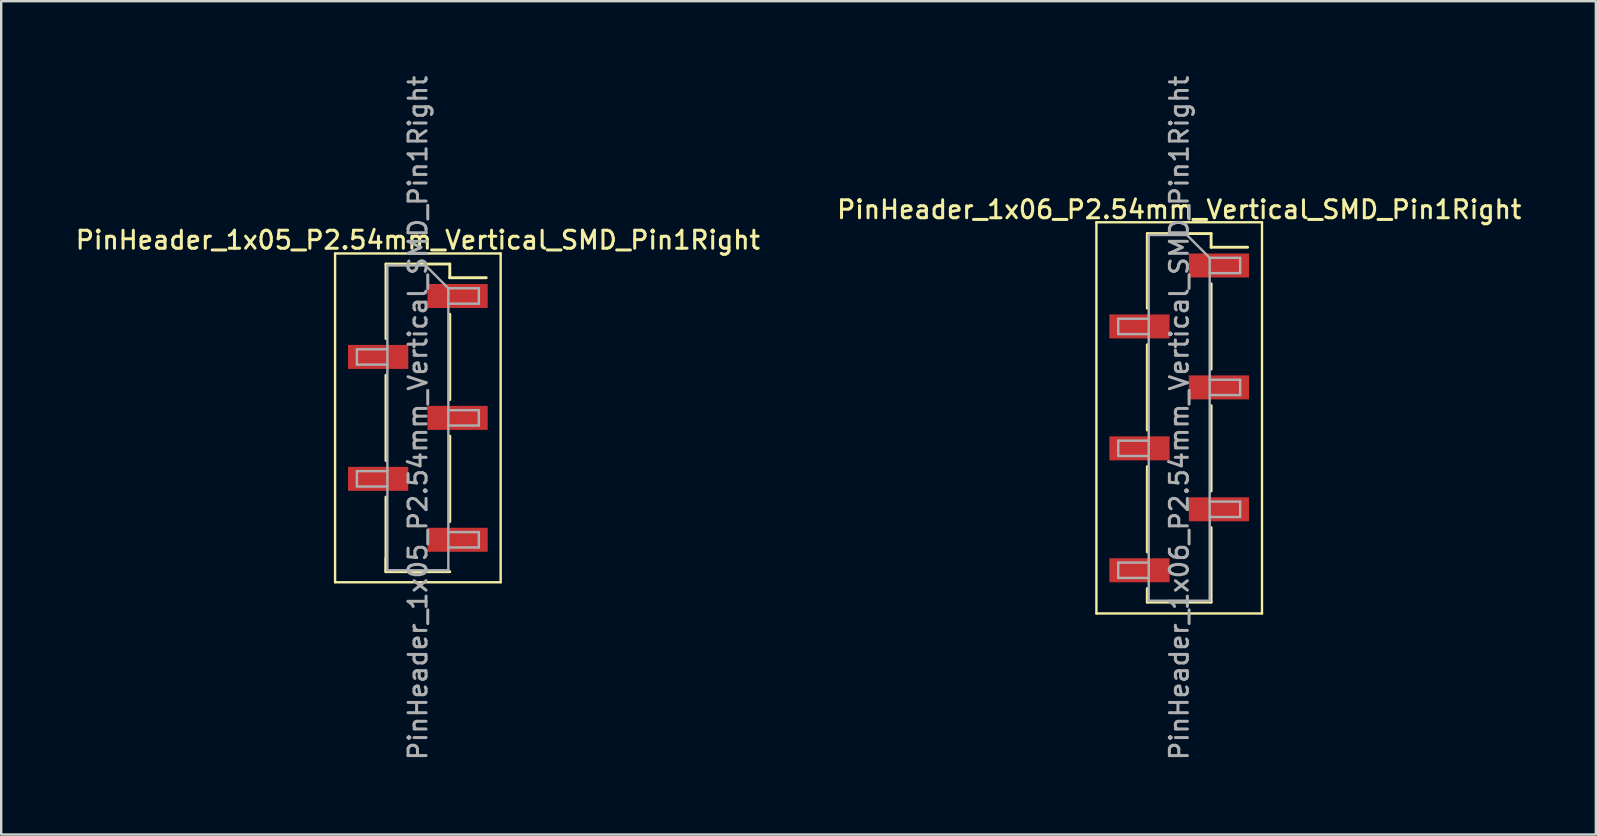
<source format=kicad_pcb>
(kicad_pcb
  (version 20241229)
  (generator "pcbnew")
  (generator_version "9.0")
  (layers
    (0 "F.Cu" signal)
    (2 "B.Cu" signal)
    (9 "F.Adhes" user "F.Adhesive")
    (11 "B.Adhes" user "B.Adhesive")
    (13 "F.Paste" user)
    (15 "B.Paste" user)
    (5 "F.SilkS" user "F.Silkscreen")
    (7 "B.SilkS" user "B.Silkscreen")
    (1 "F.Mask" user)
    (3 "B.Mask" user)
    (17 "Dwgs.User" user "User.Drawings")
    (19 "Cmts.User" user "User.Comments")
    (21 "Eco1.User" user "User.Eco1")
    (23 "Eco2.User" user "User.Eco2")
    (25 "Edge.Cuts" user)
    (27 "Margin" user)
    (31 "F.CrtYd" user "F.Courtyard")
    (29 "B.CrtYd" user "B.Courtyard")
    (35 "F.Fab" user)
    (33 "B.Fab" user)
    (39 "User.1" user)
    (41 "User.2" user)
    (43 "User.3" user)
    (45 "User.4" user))
  (footprint "PinHeader_1x05_P2.54mm_Vertical_SMD_Pin1Right"
    (layer "F.Cu")
    (at 14.363 14.363)
    (property "Reference" "PinHeader_1x05_P2.54mm_Vertical_SMD_Pin1Right" (at 0 -7.41 0) (layer "F.SilkS") (effects (font (size 0.75 0.75) (thickness 0.125))))
    (attr smd)
    (fp_line (start -3.45 -6.85) (end -3.45 6.85) (stroke (width 0.1) (type solid)) (layer "F.SilkS"))
    (fp_line (start -3.45 6.85) (end 3.45 6.85) (stroke (width 0.1) (type solid)) (layer "F.SilkS"))
    (fp_line (start -1.33 -6.41) (end -1.33 -3.3) (stroke (width 0.12) (type solid)) (layer "F.SilkS"))
    (fp_line (start -1.33 -6.41) (end 1.33 -6.41) (stroke (width 0.12) (type solid)) (layer "F.SilkS"))
    (fp_line (start -1.33 -1.78) (end -1.33 1.78) (stroke (width 0.12) (type solid)) (layer "F.SilkS"))
    (fp_line (start -1.33 3.3) (end -1.33 6.41) (stroke (width 0.12) (type solid)) (layer "F.SilkS"))
    (fp_line (start -1.33 5.84) (end -1.33 6.41) (stroke (width 0.12) (type solid)) (layer "F.SilkS"))
    (fp_line (start -1.33 6.41) (end 1.33 6.41) (stroke (width 0.12) (type solid)) (layer "F.SilkS"))
    (fp_line (start 1.33 -6.41) (end 1.33 -5.84) (stroke (width 0.12) (type solid)) (layer "F.SilkS"))
    (fp_line (start 1.33 -5.84) (end 2.85 -5.84) (stroke (width 0.12) (type solid)) (layer "F.SilkS"))
    (fp_line (start 1.33 -4.32) (end 1.33 -0.76) (stroke (width 0.12) (type solid)) (layer "F.SilkS"))
    (fp_line (start 1.33 0.76) (end 1.33 4.32) (stroke (width 0.12) (type solid)) (layer "F.SilkS"))
    (fp_line (start 3.45 -6.85) (end -3.45 -6.85) (stroke (width 0.1) (type solid)) (layer "F.SilkS"))
    (fp_line (start 3.45 6.85) (end 3.45 -6.85) (stroke (width 0.1) (type solid)) (layer "F.SilkS"))
    (fp_line (start -2.54 -2.86) (end -2.54 -2.22) (stroke (width 0.1) (type solid)) (layer "F.Fab"))
    (fp_line (start -2.54 -2.22) (end -1.27 -2.22) (stroke (width 0.1) (type solid)) (layer "F.Fab"))
    (fp_line (start -2.54 2.22) (end -2.54 2.86) (stroke (width 0.1) (type solid)) (layer "F.Fab"))
    (fp_line (start -2.54 2.86) (end -1.27 2.86) (stroke (width 0.1) (type solid)) (layer "F.Fab"))
    (fp_line (start -1.27 -6.35) (end -1.27 6.35) (stroke (width 0.1) (type solid)) (layer "F.Fab"))
    (fp_line (start -1.27 -6.35) (end 0.32 -6.35) (stroke (width 0.1) (type solid)) (layer "F.Fab"))
    (fp_line (start -1.27 -2.86) (end -2.54 -2.86) (stroke (width 0.1) (type solid)) (layer "F.Fab"))
    (fp_line (start -1.27 2.22) (end -2.54 2.22) (stroke (width 0.1) (type solid)) (layer "F.Fab"))
    (fp_line (start 1.27 -5.4) (end 0.32 -6.35) (stroke (width 0.1) (type solid)) (layer "F.Fab"))
    (fp_line (start 1.27 -5.4) (end 2.54 -5.4) (stroke (width 0.1) (type solid)) (layer "F.Fab"))
    (fp_line (start 1.27 -0.32) (end 2.54 -0.32) (stroke (width 0.1) (type solid)) (layer "F.Fab"))
    (fp_line (start 1.27 4.76) (end 2.54 4.76) (stroke (width 0.1) (type solid)) (layer "F.Fab"))
    (fp_line (start 1.27 6.35) (end -1.27 6.35) (stroke (width 0.1) (type solid)) (layer "F.Fab"))
    (fp_line (start 1.27 6.35) (end 1.27 -5.4) (stroke (width 0.1) (type solid)) (layer "F.Fab"))
    (fp_line (start 2.54 -5.4) (end 2.54 -4.76) (stroke (width 0.1) (type solid)) (layer "F.Fab"))
    (fp_line (start 2.54 -4.76) (end 1.27 -4.76) (stroke (width 0.1) (type solid)) (layer "F.Fab"))
    (fp_line (start 2.54 -0.32) (end 2.54 0.32) (stroke (width 0.1) (type solid)) (layer "F.Fab"))
    (fp_line (start 2.54 0.32) (end 1.27 0.32) (stroke (width 0.1) (type solid)) (layer "F.Fab"))
    (fp_line (start 2.54 4.76) (end 2.54 5.4) (stroke (width 0.1) (type solid)) (layer "F.Fab"))
    (fp_line (start 2.54 5.4) (end 1.27 5.4) (stroke (width 0.1) (type solid)) (layer "F.Fab"))
    (fp_text user "${REFERENCE}" (at 0 0 90) (layer "F.Fab") (effects (font (size 0.75 0.75) (thickness 0.125))))
    (pad "1" smd rect (at 1.655 -5.08) (size 2.51 1) (layers "F.Cu" "F.Mask" "F.Paste"))
    (pad "2" smd rect (at -1.655 -2.54) (size 2.51 1) (layers "F.Cu" "F.Mask" "F.Paste"))
    (pad "3" smd rect (at 1.655 0) (size 2.51 1) (layers "F.Cu" "F.Mask" "F.Paste"))
    (pad "4" smd rect (at -1.655 2.54) (size 2.51 1) (layers "F.Cu" "F.Mask" "F.Paste"))
    (pad "5" smd rect (at 1.655 5.08) (size 2.51 1) (layers "F.Cu" "F.Mask" "F.Paste")))
  (footprint "PinHeader_1x06_P2.54mm_Vertical_SMD_Pin1Right"
    (layer "F.Cu")
    (at 46.088 14.363)
    (property "Reference" "PinHeader_1x06_P2.54mm_Vertical_SMD_Pin1Right" (at 0 -8.68 0) (layer "F.SilkS") (effects (font (size 0.75 0.75) (thickness 0.125))))
    (attr smd)
    (fp_line (start -3.45 -8.15) (end -3.45 8.15) (stroke (width 0.1) (type solid)) (layer "F.SilkS"))
    (fp_line (start -3.45 8.15) (end 3.45 8.15) (stroke (width 0.1) (type solid)) (layer "F.SilkS"))
    (fp_line (start -1.33 -7.68) (end -1.33 -4.57) (stroke (width 0.12) (type solid)) (layer "F.SilkS"))
    (fp_line (start -1.33 -7.68) (end 1.33 -7.68) (stroke (width 0.12) (type solid)) (layer "F.SilkS"))
    (fp_line (start -1.33 -3.05) (end -1.33 0.51) (stroke (width 0.12) (type solid)) (layer "F.SilkS"))
    (fp_line (start -1.33 2.03) (end -1.33 5.59) (stroke (width 0.12) (type solid)) (layer "F.SilkS"))
    (fp_line (start -1.33 7.11) (end -1.33 7.68) (stroke (width 0.12) (type solid)) (layer "F.SilkS"))
    (fp_line (start -1.33 7.68) (end 1.33 7.68) (stroke (width 0.12) (type solid)) (layer "F.SilkS"))
    (fp_line (start 1.33 -7.68) (end 1.33 -7.11) (stroke (width 0.12) (type solid)) (layer "F.SilkS"))
    (fp_line (start 1.33 -7.11) (end 2.85 -7.11) (stroke (width 0.12) (type solid)) (layer "F.SilkS"))
    (fp_line (start 1.33 -5.59) (end 1.33 -2.03) (stroke (width 0.12) (type solid)) (layer "F.SilkS"))
    (fp_line (start 1.33 -0.51) (end 1.33 3.05) (stroke (width 0.12) (type solid)) (layer "F.SilkS"))
    (fp_line (start 1.33 4.57) (end 1.33 7.68) (stroke (width 0.12) (type solid)) (layer "F.SilkS"))
    (fp_line (start 3.45 -8.15) (end -3.45 -8.15) (stroke (width 0.1) (type solid)) (layer "F.SilkS"))
    (fp_line (start 3.45 8.15) (end 3.45 -8.15) (stroke (width 0.1) (type solid)) (layer "F.SilkS"))
    (fp_line (start -2.54 -4.13) (end -2.54 -3.49) (stroke (width 0.1) (type solid)) (layer "F.Fab"))
    (fp_line (start -2.54 -3.49) (end -1.27 -3.49) (stroke (width 0.1) (type solid)) (layer "F.Fab"))
    (fp_line (start -2.54 0.95) (end -2.54 1.59) (stroke (width 0.1) (type solid)) (layer "F.Fab"))
    (fp_line (start -2.54 1.59) (end -1.27 1.59) (stroke (width 0.1) (type solid)) (layer "F.Fab"))
    (fp_line (start -2.54 6.03) (end -2.54 6.67) (stroke (width 0.1) (type solid)) (layer "F.Fab"))
    (fp_line (start -2.54 6.67) (end -1.27 6.67) (stroke (width 0.1) (type solid)) (layer "F.Fab"))
    (fp_line (start -1.27 -7.62) (end -1.27 7.62) (stroke (width 0.1) (type solid)) (layer "F.Fab"))
    (fp_line (start -1.27 -7.62) (end 0.32 -7.62) (stroke (width 0.1) (type solid)) (layer "F.Fab"))
    (fp_line (start -1.27 -4.13) (end -2.54 -4.13) (stroke (width 0.1) (type solid)) (layer "F.Fab"))
    (fp_line (start -1.27 0.95) (end -2.54 0.95) (stroke (width 0.1) (type solid)) (layer "F.Fab"))
    (fp_line (start -1.27 6.03) (end -2.54 6.03) (stroke (width 0.1) (type solid)) (layer "F.Fab"))
    (fp_line (start 1.27 -6.67) (end 0.32 -7.62) (stroke (width 0.1) (type solid)) (layer "F.Fab"))
    (fp_line (start 1.27 -6.67) (end 2.54 -6.67) (stroke (width 0.1) (type solid)) (layer "F.Fab"))
    (fp_line (start 1.27 -1.59) (end 2.54 -1.59) (stroke (width 0.1) (type solid)) (layer "F.Fab"))
    (fp_line (start 1.27 3.49) (end 2.54 3.49) (stroke (width 0.1) (type solid)) (layer "F.Fab"))
    (fp_line (start 1.27 7.62) (end -1.27 7.62) (stroke (width 0.1) (type solid)) (layer "F.Fab"))
    (fp_line (start 1.27 7.62) (end 1.27 -6.67) (stroke (width 0.1) (type solid)) (layer "F.Fab"))
    (fp_line (start 2.54 -6.67) (end 2.54 -6.03) (stroke (width 0.1) (type solid)) (layer "F.Fab"))
    (fp_line (start 2.54 -6.03) (end 1.27 -6.03) (stroke (width 0.1) (type solid)) (layer "F.Fab"))
    (fp_line (start 2.54 -1.59) (end 2.54 -0.95) (stroke (width 0.1) (type solid)) (layer "F.Fab"))
    (fp_line (start 2.54 -0.95) (end 1.27 -0.95) (stroke (width 0.1) (type solid)) (layer "F.Fab"))
    (fp_line (start 2.54 3.49) (end 2.54 4.13) (stroke (width 0.1) (type solid)) (layer "F.Fab"))
    (fp_line (start 2.54 4.13) (end 1.27 4.13) (stroke (width 0.1) (type solid)) (layer "F.Fab"))
    (fp_text user "${REFERENCE}" (at 0 0 90) (layer "F.Fab") (effects (font (size 0.75 0.75) (thickness 0.125))))
    (pad "1" smd rect (at 1.655 -6.35) (size 2.51 1) (layers "F.Cu" "F.Mask" "F.Paste"))
    (pad "2" smd rect (at -1.655 -3.81) (size 2.51 1) (layers "F.Cu" "F.Mask" "F.Paste"))
    (pad "3" smd rect (at 1.655 -1.27) (size 2.51 1) (layers "F.Cu" "F.Mask" "F.Paste"))
    (pad "4" smd rect (at -1.655 1.27) (size 2.51 1) (layers "F.Cu" "F.Mask" "F.Paste"))
    (pad "5" smd rect (at 1.655 3.81) (size 2.51 1) (layers "F.Cu" "F.Mask" "F.Paste"))
    (pad "6" smd rect (at -1.655 6.35) (size 2.51 1) (layers "F.Cu" "F.Mask" "F.Paste")))
  (gr_rect
    (start -3 -3)
    (end 63.45 31.725)
    (stroke (width 0.1) (type default))
    (fill no)
    (layer "Edge.Cuts")))
</source>
